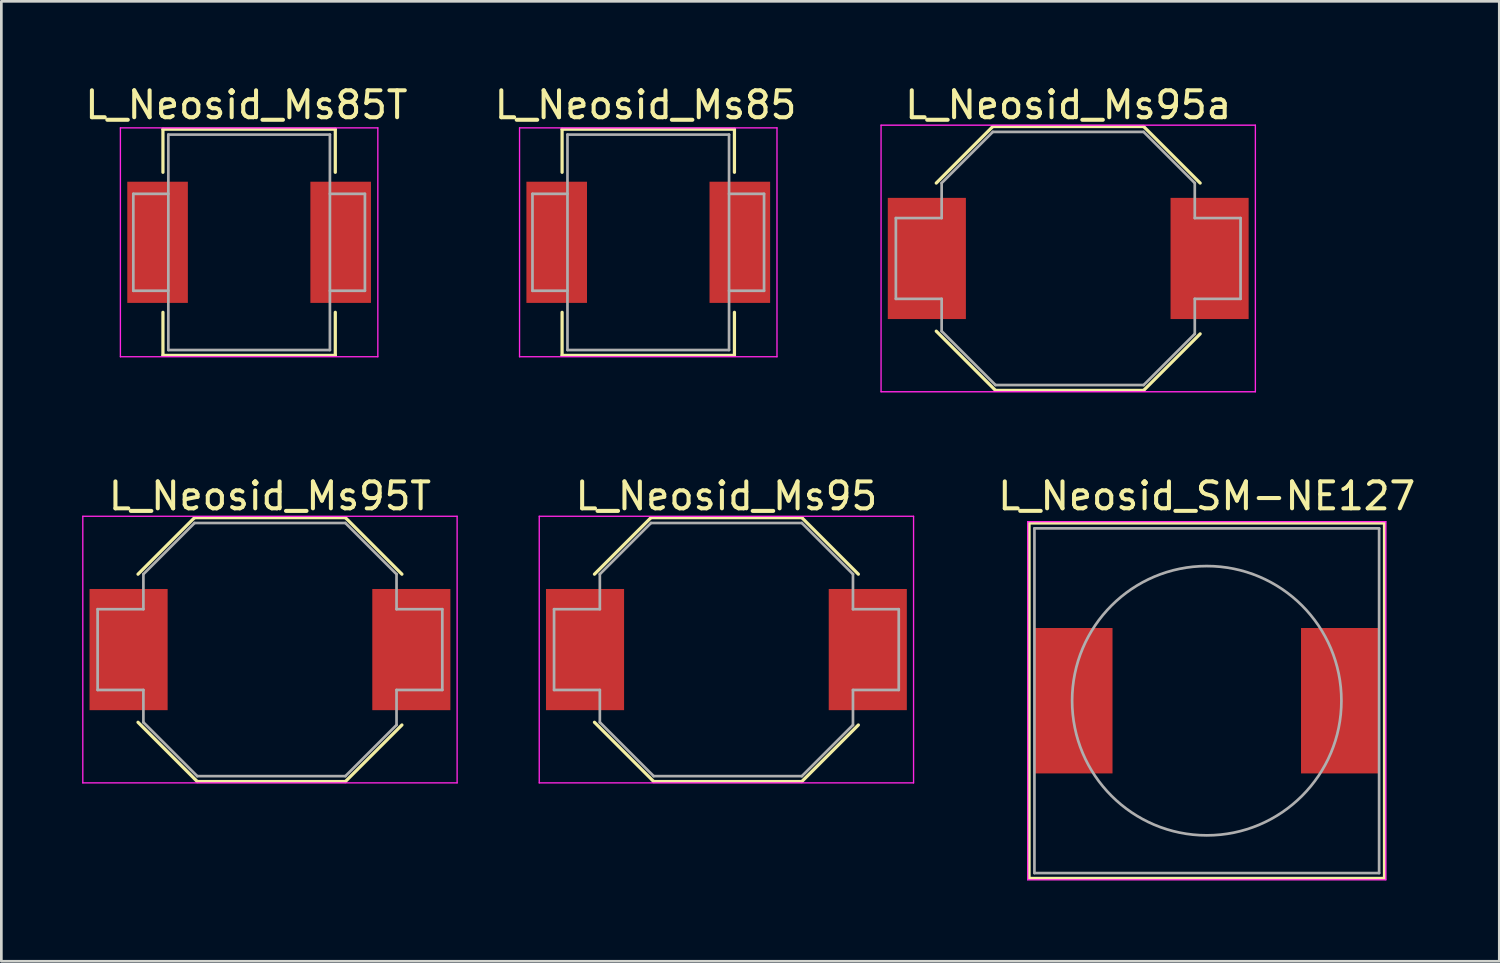
<source format=kicad_pcb>
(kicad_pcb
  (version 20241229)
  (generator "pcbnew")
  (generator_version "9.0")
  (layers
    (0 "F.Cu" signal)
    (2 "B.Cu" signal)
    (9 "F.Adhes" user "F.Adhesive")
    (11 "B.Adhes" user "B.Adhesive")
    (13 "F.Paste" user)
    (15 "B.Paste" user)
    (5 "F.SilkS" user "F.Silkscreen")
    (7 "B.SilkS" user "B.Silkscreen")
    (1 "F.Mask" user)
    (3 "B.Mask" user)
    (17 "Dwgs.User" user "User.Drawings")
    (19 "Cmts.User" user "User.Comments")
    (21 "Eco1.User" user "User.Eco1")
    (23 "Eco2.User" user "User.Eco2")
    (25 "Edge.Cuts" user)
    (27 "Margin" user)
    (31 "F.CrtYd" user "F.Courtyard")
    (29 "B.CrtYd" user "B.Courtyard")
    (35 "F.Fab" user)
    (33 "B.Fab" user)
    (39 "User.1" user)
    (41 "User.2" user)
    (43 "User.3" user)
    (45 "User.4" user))
  (footprint "L_Neosid_SM-NE127"
    (layer "F.Cu")
    (at 41.763 22.971)
    (property "Reference" "L_Neosid_SM-NE127" (at 0 -7.6 0) (layer "F.SilkS") (effects (font (size 1 1) (thickness 0.15))))
    (attr smd)
    (fp_line (start -6.6 -6.6) (end 6.6 -6.6) (stroke (width 0.12) (type solid)) (layer "F.SilkS"))
    (fp_line (start -6.6 6.6) (end -6.6 -6.6) (stroke (width 0.12) (type solid)) (layer "F.SilkS"))
    (fp_line (start 6.6 -6.6) (end 6.6 6.6) (stroke (width 0.12) (type solid)) (layer "F.SilkS"))
    (fp_line (start 6.6 6.6) (end -6.6 6.6) (stroke (width 0.12) (type solid)) (layer "F.SilkS"))
    (fp_line (start -6.65 -6.65) (end -6.65 6.65) (stroke (width 0.05) (type solid)) (layer "F.CrtYd"))
    (fp_line (start -6.65 -6.65) (end 6.65 -6.65) (stroke (width 0.05) (type solid)) (layer "F.CrtYd"))
    (fp_line (start 6.65 6.65) (end -6.65 6.65) (stroke (width 0.05) (type solid)) (layer "F.CrtYd"))
    (fp_line (start 6.65 6.65) (end 6.65 -6.65) (stroke (width 0.05) (type solid)) (layer "F.CrtYd"))
    (fp_line (start -6.4 -6.4) (end 6.4 -6.4) (stroke (width 0.1) (type solid)) (layer "F.Fab"))
    (fp_line (start -6.4 6.4) (end -6.4 -6.4) (stroke (width 0.1) (type solid)) (layer "F.Fab"))
    (fp_line (start 6.4 -6.4) (end 6.4 6.4) (stroke (width 0.1) (type solid)) (layer "F.Fab"))
    (fp_line (start 6.4 6.4) (end -6.4 6.4) (stroke (width 0.1) (type solid)) (layer "F.Fab"))
    (fp_circle (center 0 0) (end 5 0) (stroke (width 0.1) (type solid)) (fill no) (layer "F.Fab"))
    (pad "1" smd rect (at -4.95 0) (size 2.9 5.4) (layers "F.Cu" "F.Mask" "F.Paste"))
    (pad "2" smd rect (at 4.95 0) (size 2.9 5.4) (layers "F.Cu" "F.Mask" "F.Paste")))
  (footprint "L_Neosid_Ms95a"
    (layer "F.Cu")
    (at 36.618 6.548)
    (property "Reference" "L_Neosid_Ms95a" (at 0 -5.7 0) (layer "F.SilkS") (effects (font (size 1 1) (thickness 0.15))))
    (attr smd)
    (fp_line (start -4.9 -2.8) (end -2.8 -4.9) (stroke (width 0.12) (type solid)) (layer "F.SilkS"))
    (fp_line (start -2.8 -4.9) (end 2.8 -4.9) (stroke (width 0.12) (type solid)) (layer "F.SilkS"))
    (fp_line (start -2.7 4.9) (end -4.9 2.7) (stroke (width 0.12) (type solid)) (layer "F.SilkS"))
    (fp_line (start -2.7 4.9) (end 2.8 4.9) (stroke (width 0.12) (type solid)) (layer "F.SilkS"))
    (fp_line (start 2.8 -4.9) (end 4.9 -2.8) (stroke (width 0.12) (type solid)) (layer "F.SilkS"))
    (fp_line (start 2.8 4.9) (end 4.9 2.8) (stroke (width 0.12) (type solid)) (layer "F.SilkS"))
    (fp_line (start -6.95 -4.95) (end -6.95 4.95) (stroke (width 0.05) (type solid)) (layer "F.CrtYd"))
    (fp_line (start -6.95 -4.95) (end 6.95 -4.95) (stroke (width 0.05) (type solid)) (layer "F.CrtYd"))
    (fp_line (start 6.95 4.95) (end -6.95 4.95) (stroke (width 0.05) (type solid)) (layer "F.CrtYd"))
    (fp_line (start 6.95 4.95) (end 6.95 -4.95) (stroke (width 0.05) (type solid)) (layer "F.CrtYd"))
    (fp_line (start -6.4 -1.5) (end -6.4 1.5) (stroke (width 0.1) (type solid)) (layer "F.Fab"))
    (fp_line (start -6.4 -1.5) (end -4.7 -1.5) (stroke (width 0.1) (type solid)) (layer "F.Fab"))
    (fp_line (start -6.4 1.5) (end -4.7 1.5) (stroke (width 0.1) (type solid)) (layer "F.Fab"))
    (fp_line (start -4.7 -1.5) (end -4.7 -2.8) (stroke (width 0.1) (type solid)) (layer "F.Fab"))
    (fp_line (start -4.7 1.5) (end -4.7 2.7) (stroke (width 0.1) (type solid)) (layer "F.Fab"))
    (fp_line (start -4.7 2.7) (end -2.7 4.7) (stroke (width 0.1) (type solid)) (layer "F.Fab"))
    (fp_line (start -2.8 -4.7) (end -4.7 -2.8) (stroke (width 0.1) (type solid)) (layer "F.Fab"))
    (fp_line (start 2.8 -4.7) (end -2.8 -4.7) (stroke (width 0.1) (type solid)) (layer "F.Fab"))
    (fp_line (start 2.8 4.7) (end -2.7 4.7) (stroke (width 0.1) (type solid)) (layer "F.Fab"))
    (fp_line (start 4.7 -2.8) (end 2.8 -4.7) (stroke (width 0.1) (type solid)) (layer "F.Fab"))
    (fp_line (start 4.7 -1.5) (end 4.7 -2.8) (stroke (width 0.1) (type solid)) (layer "F.Fab"))
    (fp_line (start 4.7 1.5) (end 6.4 1.5) (stroke (width 0.1) (type solid)) (layer "F.Fab"))
    (fp_line (start 4.7 2.8) (end 2.8 4.7) (stroke (width 0.1) (type solid)) (layer "F.Fab"))
    (fp_line (start 4.7 2.8) (end 4.7 1.5) (stroke (width 0.1) (type solid)) (layer "F.Fab"))
    (fp_line (start 6.4 -1.5) (end 4.7 -1.5) (stroke (width 0.1) (type solid)) (layer "F.Fab"))
    (fp_line (start 6.4 1.5) (end 6.4 -1.5) (stroke (width 0.1) (type solid)) (layer "F.Fab"))
    (pad "1" smd rect (at -5.25 0) (size 2.9 4.5) (layers "F.Cu" "F.Mask" "F.Paste"))
    (pad "2" smd rect (at 5.25 0) (size 2.9 4.5) (layers "F.Cu" "F.Mask" "F.Paste")))
  (footprint "L_Neosid_Ms95T"
    (layer "F.Cu")
    (at 6.975 21.072)
    (property "Reference" "L_Neosid_Ms95T" (at 0 -5.7 0) (layer "F.SilkS") (effects (font (size 1 1) (thickness 0.15))))
    (attr smd)
    (fp_line (start -4.9 -2.8) (end -2.8 -4.9) (stroke (width 0.12) (type solid)) (layer "F.SilkS"))
    (fp_line (start -2.8 -4.9) (end 2.8 -4.9) (stroke (width 0.12) (type solid)) (layer "F.SilkS"))
    (fp_line (start -2.7 4.9) (end -4.9 2.7) (stroke (width 0.12) (type solid)) (layer "F.SilkS"))
    (fp_line (start -2.7 4.9) (end 2.8 4.9) (stroke (width 0.12) (type solid)) (layer "F.SilkS"))
    (fp_line (start 2.8 -4.9) (end 4.9 -2.8) (stroke (width 0.12) (type solid)) (layer "F.SilkS"))
    (fp_line (start 2.8 4.9) (end 4.9 2.8) (stroke (width 0.12) (type solid)) (layer "F.SilkS"))
    (fp_line (start -6.95 -4.95) (end -6.95 4.95) (stroke (width 0.05) (type solid)) (layer "F.CrtYd"))
    (fp_line (start -6.95 -4.95) (end 6.95 -4.95) (stroke (width 0.05) (type solid)) (layer "F.CrtYd"))
    (fp_line (start 6.95 4.95) (end -6.95 4.95) (stroke (width 0.05) (type solid)) (layer "F.CrtYd"))
    (fp_line (start 6.95 4.95) (end 6.95 -4.95) (stroke (width 0.05) (type solid)) (layer "F.CrtYd"))
    (fp_line (start -6.4 -1.5) (end -6.4 1.5) (stroke (width 0.1) (type solid)) (layer "F.Fab"))
    (fp_line (start -6.4 -1.5) (end -4.7 -1.5) (stroke (width 0.1) (type solid)) (layer "F.Fab"))
    (fp_line (start -6.4 1.5) (end -4.7 1.5) (stroke (width 0.1) (type solid)) (layer "F.Fab"))
    (fp_line (start -4.7 -1.5) (end -4.7 -2.8) (stroke (width 0.1) (type solid)) (layer "F.Fab"))
    (fp_line (start -4.7 1.5) (end -4.7 2.7) (stroke (width 0.1) (type solid)) (layer "F.Fab"))
    (fp_line (start -4.7 2.7) (end -2.7 4.7) (stroke (width 0.1) (type solid)) (layer "F.Fab"))
    (fp_line (start -2.8 -4.7) (end -4.7 -2.8) (stroke (width 0.1) (type solid)) (layer "F.Fab"))
    (fp_line (start 2.8 -4.7) (end -2.8 -4.7) (stroke (width 0.1) (type solid)) (layer "F.Fab"))
    (fp_line (start 2.8 4.7) (end -2.7 4.7) (stroke (width 0.1) (type solid)) (layer "F.Fab"))
    (fp_line (start 4.7 -2.8) (end 2.8 -4.7) (stroke (width 0.1) (type solid)) (layer "F.Fab"))
    (fp_line (start 4.7 -1.5) (end 4.7 -2.8) (stroke (width 0.1) (type solid)) (layer "F.Fab"))
    (fp_line (start 4.7 1.5) (end 6.4 1.5) (stroke (width 0.1) (type solid)) (layer "F.Fab"))
    (fp_line (start 4.7 2.8) (end 2.8 4.7) (stroke (width 0.1) (type solid)) (layer "F.Fab"))
    (fp_line (start 4.7 2.8) (end 4.7 1.5) (stroke (width 0.1) (type solid)) (layer "F.Fab"))
    (fp_line (start 6.4 -1.5) (end 4.7 -1.5) (stroke (width 0.1) (type solid)) (layer "F.Fab"))
    (fp_line (start 6.4 1.5) (end 6.4 -1.5) (stroke (width 0.1) (type solid)) (layer "F.Fab"))
    (pad "1" smd rect (at -5.25 0) (size 2.9 4.5) (layers "F.Cu" "F.Mask" "F.Paste"))
    (pad "2" smd rect (at 5.25 0) (size 2.9 4.5) (layers "F.Cu" "F.Mask" "F.Paste")))
  (footprint "L_Neosid_Ms85T"
    (layer "F.Cu")
    (at 6.201 5.948)
    (property "Reference" "L_Neosid_Ms85T" (at -0.1 -5.1 0) (layer "F.SilkS") (effects (font (size 1 1) (thickness 0.15))))
    (attr smd)
    (fp_line (start -3.2 -4.2) (end -3.2 -2.6) (stroke (width 0.12) (type solid)) (layer "F.SilkS"))
    (fp_line (start -3.2 2.6) (end -3.2 4.2) (stroke (width 0.12) (type solid)) (layer "F.SilkS"))
    (fp_line (start -3.2 4.2) (end 3.2 4.2) (stroke (width 0.12) (type solid)) (layer "F.SilkS"))
    (fp_line (start 3.2 -4.2) (end -3.2 -4.2) (stroke (width 0.12) (type solid)) (layer "F.SilkS"))
    (fp_line (start 3.2 -2.6) (end 3.2 -4.2) (stroke (width 0.12) (type solid)) (layer "F.SilkS"))
    (fp_line (start 3.2 4.2) (end 3.2 2.6) (stroke (width 0.12) (type solid)) (layer "F.SilkS"))
    (fp_line (start -4.78 -4.25) (end -4.78 4.25) (stroke (width 0.05) (type solid)) (layer "F.CrtYd"))
    (fp_line (start -4.78 -4.25) (end 4.78 -4.25) (stroke (width 0.05) (type solid)) (layer "F.CrtYd"))
    (fp_line (start 4.78 4.25) (end -4.78 4.25) (stroke (width 0.05) (type solid)) (layer "F.CrtYd"))
    (fp_line (start 4.78 4.25) (end 4.78 -4.25) (stroke (width 0.05) (type solid)) (layer "F.CrtYd"))
    (fp_line (start -4.3 -1.8) (end -4.3 1.8) (stroke (width 0.1) (type solid)) (layer "F.Fab"))
    (fp_line (start -4.3 -1.8) (end -3 -1.8) (stroke (width 0.1) (type solid)) (layer "F.Fab"))
    (fp_line (start -4.3 1.8) (end -3 1.8) (stroke (width 0.1) (type solid)) (layer "F.Fab"))
    (fp_line (start -3 -4) (end 3 -4) (stroke (width 0.1) (type solid)) (layer "F.Fab"))
    (fp_line (start -3 4) (end -3 -4) (stroke (width 0.1) (type solid)) (layer "F.Fab"))
    (fp_line (start 3 -4) (end 3 4) (stroke (width 0.1) (type solid)) (layer "F.Fab"))
    (fp_line (start 3 1.8) (end 4.3 1.8) (stroke (width 0.1) (type solid)) (layer "F.Fab"))
    (fp_line (start 3 4) (end -3 4) (stroke (width 0.1) (type solid)) (layer "F.Fab"))
    (fp_line (start 4.3 -1.8) (end 3 -1.8) (stroke (width 0.1) (type solid)) (layer "F.Fab"))
    (fp_line (start 4.3 1.8) (end 4.3 -1.8) (stroke (width 0.1) (type solid)) (layer "F.Fab"))
    (pad "1" smd rect (at -3.4 0) (size 2.25 4.5) (layers "F.Cu" "F.Mask" "F.Paste"))
    (pad "2" smd rect (at 3.4 0) (size 2.25 4.5) (layers "F.Cu" "F.Mask" "F.Paste")))
  (footprint "L_Neosid_Ms85"
    (layer "F.Cu")
    (at 21.023 5.948)
    (property "Reference" "L_Neosid_Ms85" (at -0.1 -5.1 0) (layer "F.SilkS") (effects (font (size 1 1) (thickness 0.15))))
    (attr smd)
    (fp_line (start -3.2 -4.2) (end -3.2 -2.6) (stroke (width 0.12) (type solid)) (layer "F.SilkS"))
    (fp_line (start -3.2 2.6) (end -3.2 4.2) (stroke (width 0.12) (type solid)) (layer "F.SilkS"))
    (fp_line (start -3.2 4.2) (end 3.2 4.2) (stroke (width 0.12) (type solid)) (layer "F.SilkS"))
    (fp_line (start 3.2 -4.2) (end -3.2 -4.2) (stroke (width 0.12) (type solid)) (layer "F.SilkS"))
    (fp_line (start 3.2 -2.6) (end 3.2 -4.2) (stroke (width 0.12) (type solid)) (layer "F.SilkS"))
    (fp_line (start 3.2 4.2) (end 3.2 2.6) (stroke (width 0.12) (type solid)) (layer "F.SilkS"))
    (fp_line (start -4.78 -4.25) (end -4.78 4.25) (stroke (width 0.05) (type solid)) (layer "F.CrtYd"))
    (fp_line (start -4.78 -4.25) (end 4.78 -4.25) (stroke (width 0.05) (type solid)) (layer "F.CrtYd"))
    (fp_line (start 4.78 4.25) (end -4.78 4.25) (stroke (width 0.05) (type solid)) (layer "F.CrtYd"))
    (fp_line (start 4.78 4.25) (end 4.78 -4.25) (stroke (width 0.05) (type solid)) (layer "F.CrtYd"))
    (fp_line (start -4.3 -1.8) (end -4.3 1.8) (stroke (width 0.1) (type solid)) (layer "F.Fab"))
    (fp_line (start -4.3 -1.8) (end -3 -1.8) (stroke (width 0.1) (type solid)) (layer "F.Fab"))
    (fp_line (start -4.3 1.8) (end -3 1.8) (stroke (width 0.1) (type solid)) (layer "F.Fab"))
    (fp_line (start -3 -4) (end 3 -4) (stroke (width 0.1) (type solid)) (layer "F.Fab"))
    (fp_line (start -3 4) (end -3 -4) (stroke (width 0.1) (type solid)) (layer "F.Fab"))
    (fp_line (start 3 -4) (end 3 4) (stroke (width 0.1) (type solid)) (layer "F.Fab"))
    (fp_line (start 3 1.8) (end 4.3 1.8) (stroke (width 0.1) (type solid)) (layer "F.Fab"))
    (fp_line (start 3 4) (end -3 4) (stroke (width 0.1) (type solid)) (layer "F.Fab"))
    (fp_line (start 4.3 -1.8) (end 3 -1.8) (stroke (width 0.1) (type solid)) (layer "F.Fab"))
    (fp_line (start 4.3 1.8) (end 4.3 -1.8) (stroke (width 0.1) (type solid)) (layer "F.Fab"))
    (pad "1" smd rect (at -3.4 0) (size 2.25 4.5) (layers "F.Cu" "F.Mask" "F.Paste"))
    (pad "2" smd rect (at 3.4 0) (size 2.25 4.5) (layers "F.Cu" "F.Mask" "F.Paste")))
  (footprint "L_Neosid_Ms95"
    (layer "F.Cu")
    (at 23.925 21.072)
    (property "Reference" "L_Neosid_Ms95" (at 0 -5.7 0) (layer "F.SilkS") (effects (font (size 1 1) (thickness 0.15))))
    (attr smd)
    (fp_line (start -4.9 -2.8) (end -2.8 -4.9) (stroke (width 0.12) (type solid)) (layer "F.SilkS"))
    (fp_line (start -2.8 -4.9) (end 2.8 -4.9) (stroke (width 0.12) (type solid)) (layer "F.SilkS"))
    (fp_line (start -2.7 4.9) (end -4.9 2.7) (stroke (width 0.12) (type solid)) (layer "F.SilkS"))
    (fp_line (start -2.7 4.9) (end 2.8 4.9) (stroke (width 0.12) (type solid)) (layer "F.SilkS"))
    (fp_line (start 2.8 -4.9) (end 4.9 -2.8) (stroke (width 0.12) (type solid)) (layer "F.SilkS"))
    (fp_line (start 2.8 4.9) (end 4.9 2.8) (stroke (width 0.12) (type solid)) (layer "F.SilkS"))
    (fp_line (start -6.95 -4.95) (end -6.95 4.95) (stroke (width 0.05) (type solid)) (layer "F.CrtYd"))
    (fp_line (start -6.95 -4.95) (end 6.95 -4.95) (stroke (width 0.05) (type solid)) (layer "F.CrtYd"))
    (fp_line (start 6.95 4.95) (end -6.95 4.95) (stroke (width 0.05) (type solid)) (layer "F.CrtYd"))
    (fp_line (start 6.95 4.95) (end 6.95 -4.95) (stroke (width 0.05) (type solid)) (layer "F.CrtYd"))
    (fp_line (start -6.4 -1.5) (end -6.4 1.5) (stroke (width 0.1) (type solid)) (layer "F.Fab"))
    (fp_line (start -6.4 -1.5) (end -4.7 -1.5) (stroke (width 0.1) (type solid)) (layer "F.Fab"))
    (fp_line (start -6.4 1.5) (end -4.7 1.5) (stroke (width 0.1) (type solid)) (layer "F.Fab"))
    (fp_line (start -4.7 -1.5) (end -4.7 -2.8) (stroke (width 0.1) (type solid)) (layer "F.Fab"))
    (fp_line (start -4.7 1.5) (end -4.7 2.7) (stroke (width 0.1) (type solid)) (layer "F.Fab"))
    (fp_line (start -4.7 2.7) (end -2.7 4.7) (stroke (width 0.1) (type solid)) (layer "F.Fab"))
    (fp_line (start -2.8 -4.7) (end -4.7 -2.8) (stroke (width 0.1) (type solid)) (layer "F.Fab"))
    (fp_line (start 2.8 -4.7) (end -2.8 -4.7) (stroke (width 0.1) (type solid)) (layer "F.Fab"))
    (fp_line (start 2.8 4.7) (end -2.7 4.7) (stroke (width 0.1) (type solid)) (layer "F.Fab"))
    (fp_line (start 4.7 -2.8) (end 2.8 -4.7) (stroke (width 0.1) (type solid)) (layer "F.Fab"))
    (fp_line (start 4.7 -1.5) (end 4.7 -2.8) (stroke (width 0.1) (type solid)) (layer "F.Fab"))
    (fp_line (start 4.7 1.5) (end 6.4 1.5) (stroke (width 0.1) (type solid)) (layer "F.Fab"))
    (fp_line (start 4.7 2.8) (end 2.8 4.7) (stroke (width 0.1) (type solid)) (layer "F.Fab"))
    (fp_line (start 4.7 2.8) (end 4.7 1.5) (stroke (width 0.1) (type solid)) (layer "F.Fab"))
    (fp_line (start 6.4 -1.5) (end 4.7 -1.5) (stroke (width 0.1) (type solid)) (layer "F.Fab"))
    (fp_line (start 6.4 1.5) (end 6.4 -1.5) (stroke (width 0.1) (type solid)) (layer "F.Fab"))
    (pad "1" smd rect (at -5.25 0) (size 2.9 4.5) (layers "F.Cu" "F.Mask" "F.Paste"))
    (pad "2" smd rect (at 5.25 0) (size 2.9 4.5) (layers "F.Cu" "F.Mask" "F.Paste")))
  (gr_rect
    (start -3 -3)
    (end 52.626 32.647)
    (stroke (width 0.1) (type default))
    (fill no)
    (layer "Edge.Cuts")))
</source>
